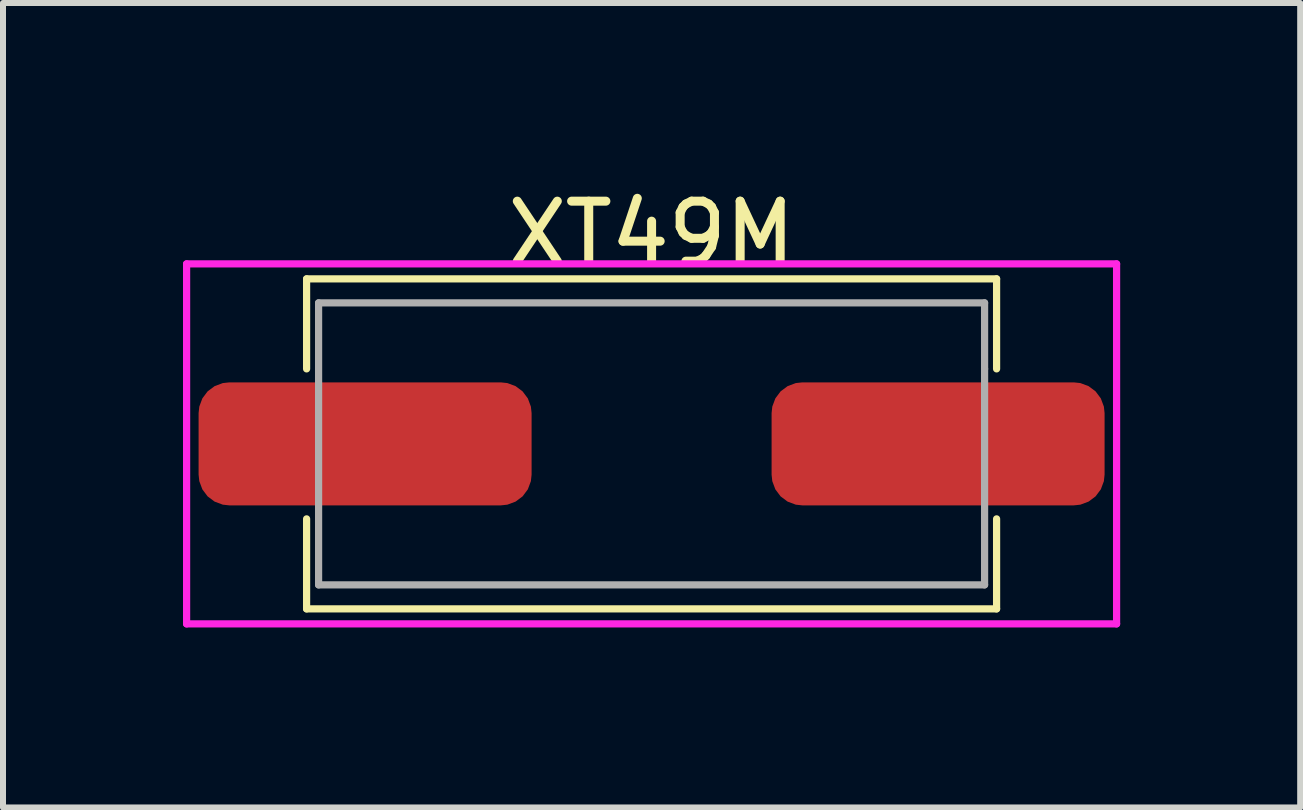
<source format=kicad_pcb>
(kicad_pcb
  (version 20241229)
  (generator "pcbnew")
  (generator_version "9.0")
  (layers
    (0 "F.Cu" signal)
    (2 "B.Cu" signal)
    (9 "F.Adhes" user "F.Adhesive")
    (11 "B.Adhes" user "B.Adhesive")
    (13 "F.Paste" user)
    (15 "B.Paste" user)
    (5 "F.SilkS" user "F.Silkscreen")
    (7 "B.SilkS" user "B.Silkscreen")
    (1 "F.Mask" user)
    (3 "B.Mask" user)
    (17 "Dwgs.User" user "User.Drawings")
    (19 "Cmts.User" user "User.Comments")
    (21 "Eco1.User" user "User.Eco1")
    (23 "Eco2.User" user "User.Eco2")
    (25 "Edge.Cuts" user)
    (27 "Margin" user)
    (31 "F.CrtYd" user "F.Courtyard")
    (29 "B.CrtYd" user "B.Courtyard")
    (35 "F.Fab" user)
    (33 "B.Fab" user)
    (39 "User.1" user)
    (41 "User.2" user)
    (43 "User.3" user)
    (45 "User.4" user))
  (footprint "XT49M"
    (layer "F.Cu")
    (at 7.81 4.348)
    (property "Reference" "XT49M" (at 0 -3.5 0) (layer "F.SilkS") (effects (font (size 1 1) (thickness 0.15))))
    (attr through_hole)
    (fp_line (start -5.75 -2.75) (end -5.75 -1.25) (stroke (width 0.12) (type solid)) (layer "F.SilkS"))
    (fp_line (start -5.75 -2.75) (end 5.75 -2.75) (stroke (width 0.12) (type solid)) (layer "F.SilkS"))
    (fp_line (start -5.75 1.25) (end -5.75 2.75) (stroke (width 0.12) (type solid)) (layer "F.SilkS"))
    (fp_line (start -5.75 2.75) (end 5.75 2.75) (stroke (width 0.12) (type solid)) (layer "F.SilkS"))
    (fp_line (start 5.75 -2.75) (end 5.75 -1.25) (stroke (width 0.12) (type solid)) (layer "F.SilkS"))
    (fp_line (start 5.75 2.75) (end 5.75 1.25) (stroke (width 0.12) (type solid)) (layer "F.SilkS"))
    (fp_line (start -7.75 -3) (end 7.75 -3) (stroke (width 0.12) (type solid)) (layer "F.CrtYd"))
    (fp_line (start -7.75 3) (end -7.75 -3) (stroke (width 0.12) (type solid)) (layer "F.CrtYd"))
    (fp_line (start 7.75 -3) (end 7.75 3) (stroke (width 0.12) (type solid)) (layer "F.CrtYd"))
    (fp_line (start 7.75 3) (end -7.75 3) (stroke (width 0.12) (type solid)) (layer "F.CrtYd"))
    (fp_line (start -5.55 -2.35) (end 5.55 -2.35) (stroke (width 0.12) (type solid)) (layer "F.Fab"))
    (fp_line (start -5.55 2.35) (end -5.55 -2.35) (stroke (width 0.12) (type solid)) (layer "F.Fab"))
    (fp_line (start 5.55 -2.35) (end 5.55 -1.25) (stroke (width 0.12) (type solid)) (layer "F.Fab"))
    (fp_line (start 5.55 -1.25) (end 5.55 2.35) (stroke (width 0.12) (type solid)) (layer "F.Fab"))
    (fp_line (start 5.55 2.35) (end -5.55 2.35) (stroke (width 0.12) (type solid)) (layer "F.Fab"))
    (pad "1" smd roundrect (at -4.775 0) (size 5.55 2.05) (layers "F.Cu" "F.Mask" "F.Paste") (roundrect_rratio 0.25))
    (pad "2" smd roundrect (at 4.775 0) (size 5.55 2.05) (layers "F.Cu" "F.Mask" "F.Paste") (roundrect_rratio 0.25)))
  (gr_rect
    (start -3 -3)
    (end 18.62 10.408)
    (stroke (width 0.1) (type default))
    (fill no)
    (layer "Edge.Cuts")))
</source>
